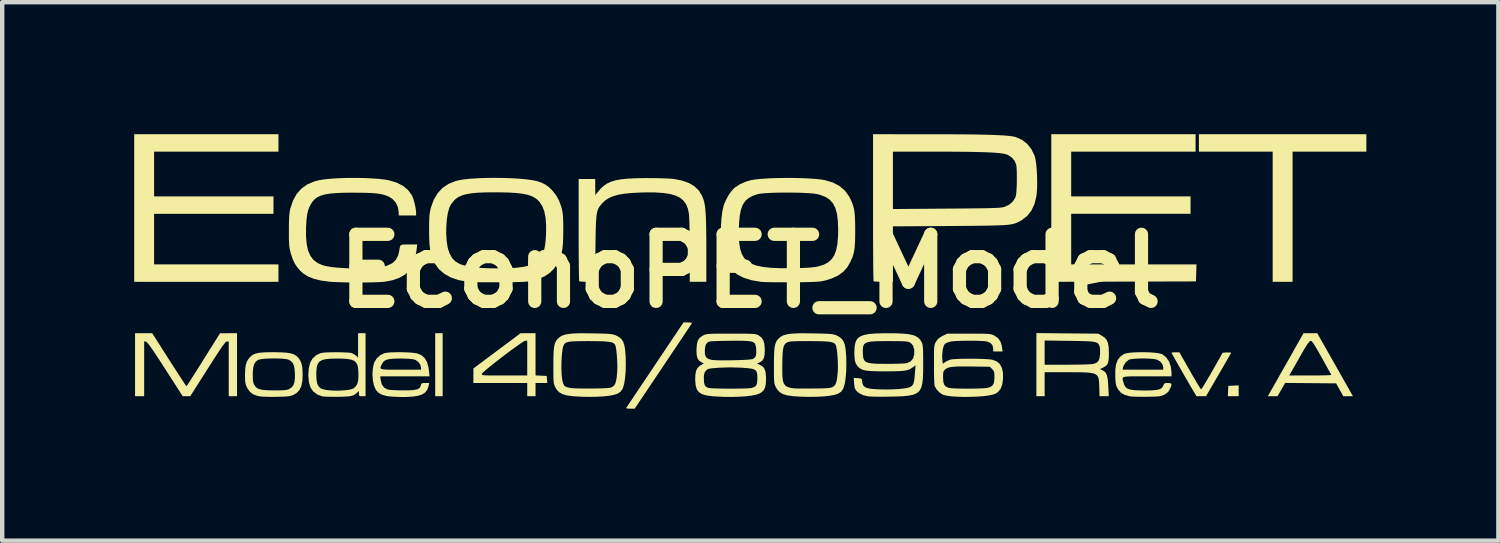
<source format=kicad_pcb>
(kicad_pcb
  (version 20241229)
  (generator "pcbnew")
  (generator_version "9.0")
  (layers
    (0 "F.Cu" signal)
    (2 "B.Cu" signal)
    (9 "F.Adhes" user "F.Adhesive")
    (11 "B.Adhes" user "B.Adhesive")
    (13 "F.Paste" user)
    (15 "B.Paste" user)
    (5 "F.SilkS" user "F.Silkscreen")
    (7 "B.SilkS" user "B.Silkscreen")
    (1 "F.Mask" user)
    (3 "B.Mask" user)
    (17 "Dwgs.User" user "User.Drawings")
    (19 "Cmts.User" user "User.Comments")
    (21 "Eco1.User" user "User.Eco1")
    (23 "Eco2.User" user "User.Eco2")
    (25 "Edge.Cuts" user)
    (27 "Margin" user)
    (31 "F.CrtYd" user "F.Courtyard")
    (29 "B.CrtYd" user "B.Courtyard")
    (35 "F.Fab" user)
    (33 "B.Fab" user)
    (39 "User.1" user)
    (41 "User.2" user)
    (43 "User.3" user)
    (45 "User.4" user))
  (footprint "EconoPET_Model"
    (layer "F.Cu")
    (at 14 3.109)
    (property "Reference" "EconoPET_Model" (at 0 0 0) (layer "F.SilkS") (effects (font (size 1.524 1.524) (thickness 0.3))))
    (attr board_only exclude_from_pos_files)
    (fp_poly (pts (xy -6.991 2.845) (xy -7.16 2.845) (xy -7.16 1.413) (xy -6.991 1.413)) (stroke (width 0) (type solid)) (fill yes) (layer "F.SilkS"))
    (fp_poly (pts (xy 11.098 2.845) (xy 10.852 2.845) (xy 10.863 2.61) (xy 11.098 2.598)) (stroke (width 0) (type solid)) (fill yes) (layer "F.SilkS"))
    (fp_poly (pts (xy 14 -2.713) (xy 12.323 -2.713) (xy 12.323 0.245) (xy 11.871 0.245) (xy 11.871 -2.713) (xy 10.194 -2.713) (xy 10.194 -3.109) (xy 14 -3.109)) (stroke (width 0) (type solid)) (fill yes) (layer "F.SilkS"))
    (fp_poly (pts (xy -10.722 -2.713) (xy -13.548 -2.713) (xy -13.548 -1.696) (xy -10.835 -1.696) (xy -10.835 -1.3) (xy -13.548 -1.3) (xy -13.548 -0.151) (xy -10.722 -0.151) (xy -10.722 0.245) (xy -14 0.245) (xy -14 -3.109) (xy -10.722 -3.109)) (stroke (width 0) (type solid)) (fill yes) (layer "F.SilkS"))
    (fp_poly (pts (xy 10.119 -2.713) (xy 7.292 -2.713) (xy 7.292 -1.696) (xy 10.005 -1.696) (xy 10.005 -1.3) (xy 7.292 -1.3) (xy 7.292 -0.151) (xy 10.139 -0.151) (xy 10.128 0.236) (xy 6.84 0.245) (xy 6.84 -3.109) (xy 10.119 -3.109)) (stroke (width 0) (type solid)) (fill yes) (layer "F.SilkS"))
    (fp_poly (pts (xy -1.359 1.17) (xy -1.333 1.177) (xy -1.331 1.191) (xy -1.332 1.194) (xy -1.345 1.214) (xy -1.377 1.263) (xy -1.427 1.337) (xy -1.491 1.434) (xy -1.57 1.551) (xy -1.66 1.686) (xy -1.76 1.835) (xy -1.868 1.996) (xy -1.982 2.166) (xy -1.987 2.174) (xy -2.627 3.128) (xy -2.728 3.128) (xy -2.787 3.126) (xy -2.814 3.118) (xy -2.815 3.104) (xy -2.802 3.085) (xy -2.77 3.037) (xy -2.721 2.963) (xy -2.656 2.866) (xy -2.578 2.749) (xy -2.488 2.615) (xy -2.388 2.466) (xy -2.28 2.305) (xy -2.166 2.135) (xy -2.16 2.125) (xy -1.518 1.168) (xy -1.418 1.168)) (stroke (width 0) (type solid)) (fill yes) (layer "F.SilkS"))
    (fp_poly (pts (xy -4.88 2.372) (xy -4.753 2.378) (xy -4.626 2.384) (xy -4.62 2.464) (xy -4.614 2.544) (xy -4.88 2.544) (xy -4.88 2.845) (xy -5.069 2.845) (xy -5.069 2.544) (xy -6.293 2.544) (xy -6.293 2.379) (xy -6.292 2.348) (xy -6.102 2.348) (xy -6.097 2.357) (xy -6.082 2.363) (xy -6.053 2.368) (xy -6.006 2.371) (xy -5.936 2.373) (xy -5.841 2.374) (xy -5.715 2.374) (xy -5.588 2.374) (xy -5.069 2.374) (xy -5.069 1.583) (xy -5.111 1.583) (xy -5.138 1.594) (xy -5.189 1.626) (xy -5.26 1.674) (xy -5.347 1.736) (xy -5.445 1.807) (xy -5.55 1.885) (xy -5.657 1.967) (xy -5.762 2.048) (xy -5.86 2.125) (xy -5.947 2.196) (xy -6.019 2.256) (xy -6.071 2.302) (xy -6.099 2.332) (xy -6.102 2.338) (xy -6.102 2.348) (xy -6.292 2.348) (xy -6.292 2.214) (xy -5.22 1.413) (xy -4.88 1.413)) (stroke (width 0) (type solid)) (fill yes) (layer "F.SilkS"))
    (fp_poly (pts (xy 9.751 1.847) (xy 9.989 2.265) (xy 10.054 2.379) (xy 10.114 2.481) (xy 10.165 2.568) (xy 10.206 2.634) (xy 10.233 2.676) (xy 10.243 2.688) (xy 10.257 2.674) (xy 10.286 2.631) (xy 10.328 2.564) (xy 10.38 2.476) (xy 10.441 2.373) (xy 10.497 2.275) (xy 10.735 1.856) (xy 10.834 1.85) (xy 10.887 1.85) (xy 10.92 1.855) (xy 10.926 1.861) (xy 10.915 1.881) (xy 10.888 1.929) (xy 10.846 2.002) (xy 10.793 2.094) (xy 10.73 2.202) (xy 10.661 2.322) (xy 10.638 2.361) (xy 10.356 2.845) (xy 10.14 2.845) (xy 10.075 2.737) (xy 10.034 2.667) (xy 9.982 2.579) (xy 9.925 2.48) (xy 9.863 2.373) (xy 9.801 2.265) (xy 9.741 2.16) (xy 9.686 2.063) (xy 9.639 1.979) (xy 9.602 1.914) (xy 9.579 1.871) (xy 9.572 1.857) (xy 9.589 1.851) (xy 9.632 1.847) (xy 9.662 1.847)) (stroke (width 0) (type solid)) (fill yes) (layer "F.SilkS"))
    (fp_poly (pts (xy -13.207 2.016) (xy -13.12 2.151) (xy -13.04 2.275) (xy -12.969 2.385) (xy -12.908 2.478) (xy -12.861 2.55) (xy -12.828 2.598) (xy -12.814 2.618) (xy -12.813 2.618) (xy -12.801 2.603) (xy -12.772 2.559) (xy -12.727 2.49) (xy -12.669 2.4) (xy -12.6 2.291) (xy -12.522 2.168) (xy -12.438 2.034) (xy -12.427 2.016) (xy -12.05 1.414) (xy -11.664 1.413) (xy -11.664 2.845) (xy -11.852 2.845) (xy -11.852 1.602) (xy -11.894 1.602) (xy -11.909 1.607) (xy -11.928 1.623) (xy -11.954 1.654) (xy -11.99 1.701) (xy -12.036 1.767) (xy -12.095 1.856) (xy -12.169 1.969) (xy -12.259 2.11) (xy -12.332 2.224) (xy -12.727 2.845) (xy -12.812 2.845) (xy -12.898 2.845) (xy -13.295 2.228) (xy -13.402 2.061) (xy -13.492 1.925) (xy -13.565 1.815) (xy -13.622 1.732) (xy -13.667 1.671) (xy -13.7 1.631) (xy -13.722 1.61) (xy -13.733 1.605) (xy -13.774 1.599) (xy -13.774 2.845) (xy -13.981 2.845) (xy -13.981 1.413) (xy -13.591 1.413)) (stroke (width 0) (type solid)) (fill yes) (layer "F.SilkS"))
    (fp_poly (pts (xy 13.29 2.129) (xy 13.695 2.845) (xy 13.476 2.845) (xy 13.312 2.553) (xy 12.155 2.543) (xy 12.068 2.694) (xy 11.981 2.845) (xy 11.76 2.845) (xy 11.945 2.52) (xy 12.012 2.401) (xy 12.027 2.374) (xy 12.246 2.374) (xy 12.729 2.374) (xy 12.858 2.374) (xy 12.975 2.372) (xy 13.072 2.37) (xy 13.146 2.367) (xy 13.191 2.363) (xy 13.203 2.36) (xy 13.193 2.34) (xy 13.166 2.292) (xy 13.126 2.221) (xy 13.076 2.131) (xy 13.019 2.028) (xy 12.983 1.963) (xy 12.913 1.839) (xy 12.858 1.744) (xy 12.817 1.676) (xy 12.785 1.629) (xy 12.762 1.601) (xy 12.744 1.588) (xy 12.73 1.587) (xy 12.71 1.599) (xy 12.681 1.633) (xy 12.641 1.691) (xy 12.588 1.777) (xy 12.521 1.893) (xy 12.515 1.903) (xy 12.457 2.007) (xy 12.401 2.105) (xy 12.352 2.191) (xy 12.314 2.257) (xy 12.293 2.294) (xy 12.246 2.374) (xy 12.027 2.374) (xy 12.092 2.26) (xy 12.178 2.109) (xy 12.263 1.959) (xy 12.342 1.82) (xy 12.35 1.804) (xy 12.572 1.413) (xy 12.884 1.413)) (stroke (width 0) (type solid)) (fill yes) (layer "F.SilkS"))
    (fp_poly (pts (xy 7.203 1.417) (xy 7.905 1.423) (xy 7.988 1.47) (xy 8.053 1.514) (xy 8.098 1.568) (xy 8.128 1.636) (xy 8.144 1.728) (xy 8.149 1.848) (xy 8.149 1.866) (xy 8.147 1.976) (xy 8.138 2.055) (xy 8.119 2.111) (xy 8.087 2.151) (xy 8.039 2.183) (xy 8.017 2.194) (xy 7.947 2.228) (xy 8.007 2.257) (xy 8.052 2.285) (xy 8.084 2.324) (xy 8.107 2.38) (xy 8.123 2.459) (xy 8.132 2.567) (xy 8.135 2.622) (xy 8.146 2.845) (xy 7.936 2.845) (xy 7.93 2.629) (xy 7.927 2.546) (xy 7.921 2.477) (xy 7.91 2.423) (xy 7.888 2.381) (xy 7.854 2.35) (xy 7.802 2.328) (xy 7.73 2.314) (xy 7.634 2.305) (xy 7.511 2.301) (xy 7.357 2.3) (xy 7.193 2.299) (xy 6.689 2.299) (xy 6.689 2.845) (xy 6.501 2.845) (xy 6.501 1.579) (xy 6.689 1.579) (xy 6.689 2.129) (xy 7.212 2.129) (xy 7.354 2.128) (xy 7.487 2.126) (xy 7.603 2.124) (xy 7.698 2.12) (xy 7.767 2.115) (xy 7.803 2.11) (xy 7.868 2.084) (xy 7.911 2.044) (xy 7.936 1.982) (xy 7.948 1.892) (xy 7.949 1.883) (xy 7.949 1.802) (xy 7.943 1.733) (xy 7.934 1.698) (xy 7.92 1.67) (xy 7.904 1.648) (xy 7.879 1.63) (xy 7.843 1.617) (xy 7.792 1.607) (xy 7.721 1.599) (xy 7.626 1.594) (xy 7.504 1.591) (xy 7.351 1.588) (xy 7.25 1.587) (xy 6.689 1.579) (xy 6.501 1.579) (xy 6.501 1.41)) (stroke (width 0) (type solid)) (fill yes) (layer "F.SilkS"))
    (fp_poly (pts (xy -8.743 2.845) (xy -8.818 2.845) (xy -8.867 2.843) (xy -8.888 2.831) (xy -8.894 2.8) (xy -8.894 2.785) (xy -8.894 2.726) (xy -8.936 2.764) (xy -8.974 2.796) (xy -9.012 2.82) (xy -9.056 2.836) (xy -9.113 2.847) (xy -9.191 2.853) (xy -9.295 2.857) (xy -9.374 2.858) (xy -9.482 2.858) (xy -9.58 2.857) (xy -9.66 2.854) (xy -9.716 2.85) (xy -9.732 2.847) (xy -9.846 2.803) (xy -9.933 2.736) (xy -9.994 2.645) (xy -10.03 2.526) (xy -10.043 2.379) (xy -10.043 2.366) (xy -10.041 2.336) (xy -9.863 2.336) (xy -9.858 2.461) (xy -9.842 2.554) (xy -9.811 2.62) (xy -9.766 2.663) (xy -9.754 2.67) (xy -9.692 2.692) (xy -9.604 2.707) (xy -9.5 2.716) (xy -9.387 2.719) (xy -9.274 2.715) (xy -9.17 2.706) (xy -9.083 2.692) (xy -9.023 2.671) (xy -9.012 2.664) (xy -8.963 2.619) (xy -8.931 2.565) (xy -8.912 2.494) (xy -8.905 2.398) (xy -8.905 2.346) (xy -8.909 2.236) (xy -8.923 2.151) (xy -8.951 2.088) (xy -8.997 2.043) (xy -9.065 2.014) (xy -9.16 1.998) (xy -9.285 1.99) (xy -9.384 1.989) (xy -9.531 1.992) (xy -9.645 2.002) (xy -9.73 2.023) (xy -9.789 2.057) (xy -9.829 2.108) (xy -9.851 2.178) (xy -9.861 2.271) (xy -9.863 2.336) (xy -10.041 2.336) (xy -10.033 2.211) (xy -10.002 2.086) (xy -9.949 1.989) (xy -9.872 1.917) (xy -9.771 1.869) (xy -9.755 1.864) (xy -9.708 1.856) (xy -9.634 1.85) (xy -9.54 1.847) (xy -9.436 1.845) (xy -9.329 1.846) (xy -9.229 1.849) (xy -9.143 1.853) (xy -9.08 1.86) (xy -9.054 1.865) (xy -8.998 1.895) (xy -8.955 1.926) (xy -8.913 1.966) (xy -8.913 1.413) (xy -8.743 1.413)) (stroke (width 0) (type solid)) (fill yes) (layer "F.SilkS"))
    (fp_poly (pts (xy -2.2 -2.111) (xy -2.067 -2.109) (xy -1.945 -2.105) (xy -1.842 -2.101) (xy -1.765 -2.095) (xy -1.743 -2.093) (xy -1.555 -2.057) (xy -1.399 -2.002) (xy -1.272 -1.928) (xy -1.173 -1.833) (xy -1.099 -1.715) (xy -1.065 -1.63) (xy -1.049 -1.575) (xy -1.036 -1.511) (xy -1.025 -1.436) (xy -1.017 -1.345) (xy -1.01 -1.235) (xy -1.005 -1.103) (xy -1.002 -0.944) (xy -1 -0.755) (xy -0.999 -0.533) (xy -0.999 -0.485) (xy -0.999 0.245) (xy -1.376 0.245) (xy -1.376 -0.466) (xy -1.376 -0.632) (xy -1.378 -0.792) (xy -1.38 -0.939) (xy -1.383 -1.069) (xy -1.387 -1.177) (xy -1.391 -1.258) (xy -1.395 -1.306) (xy -1.42 -1.422) (xy -1.46 -1.52) (xy -1.519 -1.601) (xy -1.597 -1.666) (xy -1.699 -1.715) (xy -1.826 -1.751) (xy -1.981 -1.774) (xy -2.167 -1.786) (xy -2.385 -1.787) (xy -2.487 -1.784) (xy -2.692 -1.774) (xy -2.864 -1.757) (xy -3.008 -1.732) (xy -3.126 -1.697) (xy -3.225 -1.652) (xy -3.307 -1.596) (xy -3.372 -1.532) (xy -3.404 -1.494) (xy -3.431 -1.458) (xy -3.453 -1.421) (xy -3.47 -1.377) (xy -3.484 -1.323) (xy -3.495 -1.256) (xy -3.502 -1.172) (xy -3.508 -1.067) (xy -3.512 -0.937) (xy -3.515 -0.778) (xy -3.518 -0.587) (xy -3.519 -0.504) (xy -3.527 0.245) (xy -3.701 0.245) (xy -3.779 0.244) (xy -3.842 0.24) (xy -3.88 0.235) (xy -3.888 0.232) (xy -3.89 0.212) (xy -3.892 0.157) (xy -3.894 0.071) (xy -3.896 -0.043) (xy -3.897 -0.182) (xy -3.899 -0.342) (xy -3.9 -0.52) (xy -3.9 -0.713) (xy -3.9 -0.917) (xy -3.9 -0.936) (xy -3.9 -2.092) (xy -3.524 -2.092) (xy -3.523 -1.908) (xy -3.522 -1.724) (xy -3.471 -1.79) (xy -3.404 -1.869) (xy -3.334 -1.934) (xy -3.256 -1.987) (xy -3.167 -2.029) (xy -3.062 -2.061) (xy -2.937 -2.084) (xy -2.788 -2.099) (xy -2.611 -2.108) (xy -2.401 -2.112) (xy -2.336 -2.112)) (stroke (width 0) (type solid)) (fill yes) (layer "F.SilkS"))
    (fp_poly (pts (xy -7.818 1.848) (xy -7.711 1.854) (xy -7.623 1.863) (xy -7.565 1.874) (xy -7.469 1.916) (xy -7.397 1.981) (xy -7.345 2.071) (xy -7.313 2.191) (xy -7.302 2.266) (xy -7.289 2.393) (xy -8.409 2.393) (xy -8.399 2.48) (xy -8.373 2.577) (xy -8.322 2.648) (xy -8.251 2.689) (xy -8.206 2.698) (xy -8.129 2.705) (xy -8.029 2.71) (xy -7.913 2.712) (xy -7.909 2.712) (xy -7.772 2.711) (xy -7.668 2.706) (xy -7.592 2.694) (xy -7.541 2.676) (xy -7.508 2.65) (xy -7.491 2.615) (xy -7.487 2.601) (xy -7.478 2.566) (xy -7.459 2.55) (xy -7.421 2.544) (xy -7.386 2.544) (xy -7.296 2.544) (xy -7.314 2.624) (xy -7.341 2.699) (xy -7.386 2.758) (xy -7.454 2.803) (xy -7.546 2.834) (xy -7.667 2.853) (xy -7.82 2.862) (xy -7.913 2.863) (xy -8.019 2.86) (xy -8.121 2.855) (xy -8.209 2.848) (xy -8.271 2.839) (xy -8.274 2.838) (xy -8.374 2.809) (xy -8.446 2.769) (xy -8.5 2.711) (xy -8.513 2.691) (xy -8.552 2.602) (xy -8.576 2.489) (xy -8.586 2.364) (xy -8.58 2.238) (xy -8.575 2.206) (xy -8.403 2.206) (xy -8.39 2.222) (xy -8.359 2.232) (xy -8.306 2.238) (xy -8.227 2.241) (xy -8.119 2.242) (xy -7.978 2.242) (xy -7.942 2.242) (xy -7.481 2.242) (xy -7.481 2.2) (xy -7.498 2.132) (xy -7.542 2.069) (xy -7.605 2.022) (xy -7.625 2.014) (xy -7.686 2.001) (xy -7.781 1.993) (xy -7.908 1.989) (xy -7.952 1.989) (xy -8.083 1.991) (xy -8.182 1.998) (xy -8.255 2.013) (xy -8.307 2.036) (xy -8.344 2.069) (xy -8.372 2.115) (xy -8.372 2.116) (xy -8.391 2.154) (xy -8.402 2.184) (xy -8.403 2.206) (xy -8.575 2.206) (xy -8.559 2.123) (xy -8.543 2.072) (xy -8.49 1.985) (xy -8.411 1.914) (xy -8.319 1.868) (xy -8.309 1.865) (xy -8.248 1.855) (xy -8.159 1.848) (xy -8.051 1.845) (xy -7.934 1.845)) (stroke (width 0) (type solid)) (fill yes) (layer "F.SilkS"))
    (fp_poly (pts (xy -10.658 1.848) (xy -10.54 1.856) (xy -10.448 1.87) (xy -10.377 1.892) (xy -10.322 1.923) (xy -10.276 1.964) (xy -10.272 1.969) (xy -10.227 2.033) (xy -10.197 2.109) (xy -10.179 2.204) (xy -10.173 2.327) (xy -10.172 2.358) (xy -10.18 2.503) (xy -10.203 2.617) (xy -10.245 2.704) (xy -10.307 2.77) (xy -10.381 2.814) (xy -10.418 2.829) (xy -10.458 2.84) (xy -10.508 2.848) (xy -10.575 2.853) (xy -10.666 2.856) (xy -10.787 2.859) (xy -10.937 2.859) (xy -11.052 2.856) (xy -11.138 2.849) (xy -11.198 2.838) (xy -11.199 2.838) (xy -11.297 2.801) (xy -11.368 2.749) (xy -11.423 2.672) (xy -11.437 2.647) (xy -11.459 2.599) (xy -11.472 2.553) (xy -11.48 2.499) (xy -11.482 2.425) (xy -11.483 2.36) (xy -11.306 2.36) (xy -11.304 2.448) (xy -11.3 2.508) (xy -11.289 2.551) (xy -11.272 2.587) (xy -11.263 2.602) (xy -11.231 2.641) (xy -11.193 2.669) (xy -11.141 2.689) (xy -11.07 2.702) (xy -10.975 2.709) (xy -10.849 2.712) (xy -10.816 2.712) (xy -10.701 2.712) (xy -10.618 2.709) (xy -10.558 2.704) (xy -10.514 2.695) (xy -10.479 2.682) (xy -10.477 2.68) (xy -10.42 2.642) (xy -10.381 2.591) (xy -10.358 2.52) (xy -10.348 2.423) (xy -10.349 2.333) (xy -10.356 2.223) (xy -10.372 2.143) (xy -10.4 2.086) (xy -10.443 2.043) (xy -10.488 2.016) (xy -10.534 2.003) (xy -10.61 1.994) (xy -10.705 1.988) (xy -10.81 1.986) (xy -10.918 1.987) (xy -11.02 1.992) (xy -11.105 2.001) (xy -11.167 2.013) (xy -11.185 2.02) (xy -11.237 2.059) (xy -11.273 2.115) (xy -11.295 2.192) (xy -11.305 2.298) (xy -11.306 2.36) (xy -11.483 2.36) (xy -11.483 2.356) (xy -11.478 2.227) (xy -11.463 2.127) (xy -11.435 2.049) (xy -11.394 1.984) (xy -11.375 1.963) (xy -11.334 1.924) (xy -11.287 1.894) (xy -11.23 1.873) (xy -11.158 1.858) (xy -11.063 1.849) (xy -10.942 1.845) (xy -10.808 1.845)) (stroke (width 0) (type solid)) (fill yes) (layer "F.SilkS"))
    (fp_poly (pts (xy 8.975 1.845) (xy 9.093 1.849) (xy 9.201 1.858) (xy 9.289 1.87) (xy 9.35 1.887) (xy 9.359 1.89) (xy 9.448 1.957) (xy 9.514 2.052) (xy 9.556 2.17) (xy 9.572 2.309) (xy 9.572 2.319) (xy 9.572 2.393) (xy 9.016 2.393) (xy 8.853 2.393) (xy 8.725 2.393) (xy 8.626 2.394) (xy 8.554 2.398) (xy 8.505 2.405) (xy 8.476 2.416) (xy 8.462 2.432) (xy 8.46 2.454) (xy 8.466 2.483) (xy 8.477 2.52) (xy 8.481 2.534) (xy 8.501 2.593) (xy 8.529 2.637) (xy 8.569 2.67) (xy 8.626 2.692) (xy 8.706 2.705) (xy 8.813 2.712) (xy 8.952 2.715) (xy 8.967 2.715) (xy 9.102 2.713) (xy 9.204 2.706) (xy 9.279 2.693) (xy 9.331 2.672) (xy 9.365 2.642) (xy 9.386 2.602) (xy 9.386 2.601) (xy 9.403 2.565) (xy 9.427 2.548) (xy 9.473 2.544) (xy 9.489 2.544) (xy 9.542 2.548) (xy 9.568 2.564) (xy 9.57 2.598) (xy 9.548 2.655) (xy 9.533 2.687) (xy 9.493 2.75) (xy 9.434 2.796) (xy 9.406 2.811) (xy 9.369 2.827) (xy 9.332 2.839) (xy 9.287 2.847) (xy 9.227 2.852) (xy 9.144 2.855) (xy 9.033 2.857) (xy 9.007 2.858) (xy 8.896 2.858) (xy 8.792 2.857) (xy 8.703 2.853) (xy 8.639 2.849) (xy 8.616 2.845) (xy 8.507 2.813) (xy 8.427 2.768) (xy 8.367 2.702) (xy 8.352 2.678) (xy 8.328 2.634) (xy 8.312 2.591) (xy 8.303 2.538) (xy 8.297 2.467) (xy 8.294 2.39) (xy 8.295 2.242) (xy 8.46 2.242) (xy 9.384 2.242) (xy 9.384 2.188) (xy 9.366 2.12) (xy 9.318 2.059) (xy 9.246 2.016) (xy 9.237 2.013) (xy 9.182 2.001) (xy 9.102 1.993) (xy 9.005 1.988) (xy 8.902 1.987) (xy 8.8 1.99) (xy 8.71 1.996) (xy 8.64 2.005) (xy 8.603 2.016) (xy 8.533 2.072) (xy 8.484 2.151) (xy 8.471 2.19) (xy 8.46 2.242) (xy 8.295 2.242) (xy 8.295 2.239) (xy 8.313 2.118) (xy 8.348 2.024) (xy 8.402 1.951) (xy 8.478 1.894) (xy 8.496 1.885) (xy 8.549 1.868) (xy 8.632 1.856) (xy 8.736 1.848) (xy 8.853 1.845)) (stroke (width 0) (type solid)) (fill yes) (layer "F.SilkS"))
    (fp_poly (pts (xy 4.028 -3.108) (xy 4.358 -3.108) (xy 4.652 -3.107) (xy 4.912 -3.105) (xy 5.141 -3.102) (xy 5.339 -3.098) (xy 5.51 -3.093) (xy 5.654 -3.087) (xy 5.774 -3.08) (xy 5.871 -3.071) (xy 5.948 -3.062) (xy 6.007 -3.051) (xy 6.036 -3.043) (xy 6.176 -2.98) (xy 6.295 -2.887) (xy 6.39 -2.766) (xy 6.46 -2.621) (xy 6.466 -2.602) (xy 6.484 -2.523) (xy 6.499 -2.416) (xy 6.51 -2.288) (xy 6.517 -2.15) (xy 6.519 -2.01) (xy 6.517 -1.877) (xy 6.509 -1.76) (xy 6.501 -1.698) (xy 6.459 -1.525) (xy 6.391 -1.378) (xy 6.296 -1.256) (xy 6.173 -1.159) (xy 6.111 -1.124) (xy 6.076 -1.107) (xy 6.042 -1.092) (xy 6.006 -1.079) (xy 5.965 -1.068) (xy 5.916 -1.059) (xy 5.857 -1.051) (xy 5.784 -1.045) (xy 5.695 -1.04) (xy 5.586 -1.036) (xy 5.456 -1.033) (xy 5.301 -1.03) (xy 5.118 -1.028) (xy 4.904 -1.026) (xy 4.657 -1.024) (xy 4.527 -1.023) (xy 3.241 -1.015) (xy 3.241 0.245) (xy 3.027 0.245) (xy 2.941 0.244) (xy 2.869 0.241) (xy 2.82 0.237) (xy 2.801 0.232) (xy 2.799 0.212) (xy 2.798 0.157) (xy 2.796 0.069) (xy 2.794 -0.048) (xy 2.793 -0.192) (xy 2.792 -0.36) (xy 2.791 -0.549) (xy 2.79 -0.757) (xy 2.789 -0.982) (xy 2.789 -1.219) (xy 2.789 -1.445) (xy 2.789 -2.713) (xy 3.241 -2.713) (xy 3.241 -1.409) (xy 4.461 -1.418) (xy 4.71 -1.42) (xy 4.923 -1.422) (xy 5.105 -1.424) (xy 5.258 -1.426) (xy 5.384 -1.428) (xy 5.488 -1.431) (xy 5.57 -1.434) (xy 5.636 -1.437) (xy 5.686 -1.441) (xy 5.725 -1.446) (xy 5.755 -1.452) (xy 5.779 -1.458) (xy 5.78 -1.459) (xy 5.883 -1.508) (xy 5.967 -1.581) (xy 6.023 -1.671) (xy 6.033 -1.7) (xy 6.042 -1.751) (xy 6.049 -1.83) (xy 6.054 -1.929) (xy 6.057 -2.038) (xy 6.057 -2.15) (xy 6.056 -2.254) (xy 6.052 -2.343) (xy 6.045 -2.406) (xy 6.043 -2.416) (xy 6.006 -2.505) (xy 5.939 -2.583) (xy 5.851 -2.64) (xy 5.847 -2.641) (xy 5.806 -2.656) (xy 5.748 -2.668) (xy 5.671 -2.678) (xy 5.573 -2.687) (xy 5.452 -2.695) (xy 5.306 -2.701) (xy 5.133 -2.705) (xy 4.93 -2.709) (xy 4.695 -2.711) (xy 4.426 -2.713) (xy 4.216 -2.713) (xy 3.241 -2.713) (xy 2.789 -2.713) (xy 2.789 -3.109)) (stroke (width 0) (type solid)) (fill yes) (layer "F.SilkS"))
    (fp_poly (pts (xy 1.439 1.417) (xy 1.582 1.42) (xy 1.692 1.423) (xy 1.775 1.427) (xy 1.837 1.432) (xy 1.883 1.439) (xy 1.92 1.448) (xy 1.951 1.459) (xy 1.96 1.463) (xy 2.029 1.501) (xy 2.083 1.546) (xy 2.122 1.605) (xy 2.149 1.681) (xy 2.167 1.782) (xy 2.178 1.913) (xy 2.181 1.978) (xy 2.183 2.145) (xy 2.178 2.302) (xy 2.165 2.444) (xy 2.146 2.562) (xy 2.12 2.652) (xy 2.109 2.679) (xy 2.063 2.743) (xy 1.997 2.787) (xy 1.987 2.791) (xy 1.909 2.815) (xy 1.801 2.835) (xy 1.667 2.849) (xy 1.516 2.857) (xy 1.351 2.86) (xy 1.181 2.857) (xy 1.012 2.847) (xy 0.973 2.844) (xy 0.842 2.826) (xy 0.741 2.796) (xy 0.666 2.751) (xy 0.609 2.688) (xy 0.585 2.647) (xy 0.569 2.615) (xy 0.557 2.585) (xy 0.548 2.551) (xy 0.543 2.507) (xy 0.539 2.448) (xy 0.538 2.367) (xy 0.537 2.28) (xy 0.727 2.28) (xy 0.73 2.395) (xy 0.74 2.484) (xy 0.76 2.553) (xy 0.795 2.602) (xy 0.848 2.636) (xy 0.922 2.657) (xy 1.021 2.668) (xy 1.149 2.671) (xy 1.31 2.671) (xy 1.394 2.67) (xy 1.537 2.668) (xy 1.646 2.666) (xy 1.728 2.663) (xy 1.788 2.658) (xy 1.83 2.651) (xy 1.86 2.642) (xy 1.876 2.634) (xy 1.913 2.607) (xy 1.94 2.566) (xy 1.96 2.505) (xy 1.975 2.419) (xy 1.986 2.303) (xy 1.988 2.28) (xy 1.991 2.189) (xy 1.99 2.085) (xy 1.985 1.976) (xy 1.976 1.872) (xy 1.965 1.782) (xy 1.953 1.713) (xy 1.941 1.677) (xy 1.922 1.652) (xy 1.893 1.633) (xy 1.849 1.617) (xy 1.787 1.606) (xy 1.702 1.599) (xy 1.591 1.595) (xy 1.448 1.593) (xy 1.338 1.592) (xy 1.19 1.593) (xy 1.075 1.594) (xy 0.988 1.597) (xy 0.924 1.601) (xy 0.88 1.608) (xy 0.849 1.616) (xy 0.839 1.621) (xy 0.803 1.644) (xy 0.776 1.676) (xy 0.757 1.723) (xy 0.743 1.788) (xy 0.734 1.877) (xy 0.729 1.995) (xy 0.727 2.139) (xy 0.727 2.28) (xy 0.537 2.28) (xy 0.537 2.259) (xy 0.537 2.158) (xy 0.538 1.999) (xy 0.541 1.872) (xy 0.548 1.772) (xy 0.559 1.695) (xy 0.576 1.636) (xy 0.598 1.589) (xy 0.628 1.55) (xy 0.66 1.519) (xy 0.701 1.487) (xy 0.75 1.462) (xy 0.811 1.443) (xy 0.888 1.429) (xy 0.985 1.42) (xy 1.107 1.415) (xy 1.259 1.415)) (stroke (width 0) (type solid)) (fill yes) (layer "F.SilkS"))
    (fp_poly (pts (xy -3.573 1.417) (xy -3.431 1.42) (xy -3.32 1.423) (xy -3.237 1.427) (xy -3.175 1.432) (xy -3.129 1.439) (xy -3.093 1.448) (xy -3.061 1.459) (xy -3.053 1.463) (xy -2.983 1.501) (xy -2.929 1.546) (xy -2.89 1.605) (xy -2.863 1.681) (xy -2.845 1.782) (xy -2.834 1.913) (xy -2.831 1.978) (xy -2.829 2.145) (xy -2.834 2.302) (xy -2.847 2.444) (xy -2.866 2.562) (xy -2.892 2.652) (xy -2.903 2.679) (xy -2.949 2.743) (xy -3.016 2.787) (xy -3.025 2.791) (xy -3.103 2.815) (xy -3.211 2.835) (xy -3.344 2.849) (xy -3.496 2.857) (xy -3.66 2.86) (xy -3.83 2.857) (xy -3.999 2.847) (xy -4.038 2.844) (xy -4.17 2.826) (xy -4.271 2.796) (xy -4.347 2.752) (xy -4.403 2.69) (xy -4.428 2.648) (xy -4.443 2.615) (xy -4.455 2.585) (xy -4.464 2.551) (xy -4.469 2.506) (xy -4.473 2.447) (xy -4.474 2.365) (xy -4.475 2.256) (xy -4.475 2.209) (xy -4.293 2.209) (xy -4.288 2.345) (xy -4.276 2.459) (xy -4.256 2.545) (xy -4.231 2.599) (xy -4.223 2.608) (xy -4.193 2.628) (xy -4.152 2.644) (xy -4.095 2.656) (xy -4.018 2.664) (xy -3.917 2.668) (xy -3.786 2.67) (xy -3.623 2.67) (xy -3.618 2.67) (xy -3.476 2.668) (xy -3.366 2.666) (xy -3.284 2.662) (xy -3.224 2.658) (xy -3.182 2.651) (xy -3.152 2.642) (xy -3.136 2.634) (xy -3.099 2.606) (xy -3.071 2.564) (xy -3.051 2.502) (xy -3.036 2.415) (xy -3.025 2.296) (xy -3.025 2.289) (xy -3.021 2.202) (xy -3.022 2.1) (xy -3.027 1.993) (xy -3.035 1.889) (xy -3.045 1.796) (xy -3.057 1.723) (xy -3.07 1.679) (xy -3.071 1.678) (xy -3.09 1.653) (xy -3.119 1.633) (xy -3.162 1.618) (xy -3.224 1.607) (xy -3.308 1.599) (xy -3.419 1.595) (xy -3.561 1.593) (xy -3.674 1.592) (xy -3.831 1.593) (xy -3.955 1.595) (xy -4.049 1.599) (xy -4.12 1.607) (xy -4.17 1.62) (xy -4.204 1.638) (xy -4.228 1.663) (xy -4.245 1.695) (xy -4.255 1.724) (xy -4.266 1.772) (xy -4.275 1.847) (xy -4.284 1.94) (xy -4.29 2.041) (xy -4.291 2.054) (xy -4.293 2.209) (xy -4.475 2.209) (xy -4.475 2.158) (xy -4.474 1.998) (xy -4.471 1.872) (xy -4.464 1.772) (xy -4.453 1.695) (xy -4.437 1.636) (xy -4.414 1.589) (xy -4.384 1.55) (xy -4.352 1.519) (xy -4.311 1.487) (xy -4.262 1.462) (xy -4.201 1.443) (xy -4.124 1.429) (xy -4.027 1.42) (xy -3.905 1.415) (xy -3.754 1.415)) (stroke (width 0) (type solid)) (fill yes) (layer "F.SilkS"))
    (fp_poly (pts (xy -8.798 -2.114) (xy -8.617 -2.106) (xy -8.452 -2.095) (xy -8.311 -2.079) (xy -8.212 -2.062) (xy -8.036 -2.009) (xy -7.892 -1.936) (xy -7.778 -1.842) (xy -7.695 -1.728) (xy -7.687 -1.713) (xy -7.657 -1.64) (xy -7.63 -1.544) (xy -7.608 -1.444) (xy -7.595 -1.354) (xy -7.594 -1.324) (xy -7.594 -1.262) (xy -7.989 -1.262) (xy -7.989 -1.324) (xy -8.006 -1.446) (xy -8.054 -1.552) (xy -8.131 -1.638) (xy -8.206 -1.686) (xy -8.271 -1.714) (xy -8.341 -1.736) (xy -8.421 -1.753) (xy -8.518 -1.765) (xy -8.634 -1.774) (xy -8.777 -1.778) (xy -8.95 -1.78) (xy -9.026 -1.781) (xy -9.232 -1.779) (xy -9.405 -1.772) (xy -9.548 -1.76) (xy -9.665 -1.741) (xy -9.759 -1.714) (xy -9.835 -1.679) (xy -9.897 -1.634) (xy -9.947 -1.579) (xy -9.981 -1.528) (xy -10.019 -1.455) (xy -10.048 -1.378) (xy -10.069 -1.29) (xy -10.083 -1.182) (xy -10.092 -1.046) (xy -10.095 -0.999) (xy -10.096 -0.79) (xy -10.081 -0.613) (xy -10.049 -0.466) (xy -9.997 -0.347) (xy -9.927 -0.253) (xy -9.835 -0.183) (xy -9.721 -0.133) (xy -9.657 -0.116) (xy -9.533 -0.093) (xy -9.386 -0.077) (xy -9.222 -0.066) (xy -9.049 -0.06) (xy -8.874 -0.06) (xy -8.703 -0.065) (xy -8.545 -0.075) (xy -8.406 -0.091) (xy -8.294 -0.111) (xy -8.249 -0.124) (xy -8.139 -0.176) (xy -8.057 -0.252) (xy -8.003 -0.353) (xy -7.98 -0.444) (xy -7.969 -0.515) (xy -7.959 -0.561) (xy -7.941 -0.588) (xy -7.909 -0.6) (xy -7.855 -0.603) (xy -7.772 -0.603) (xy -7.761 -0.603) (xy -7.57 -0.603) (xy -7.584 -0.476) (xy -7.615 -0.295) (xy -7.668 -0.144) (xy -7.744 -0.02) (xy -7.846 0.08) (xy -7.976 0.155) (xy -8.135 0.21) (xy -8.309 0.243) (xy -8.38 0.249) (xy -8.482 0.254) (xy -8.607 0.258) (xy -8.749 0.26) (xy -8.9 0.261) (xy -9.054 0.26) (xy -9.204 0.258) (xy -9.341 0.254) (xy -9.461 0.25) (xy -9.554 0.243) (xy -9.562 0.242) (xy -9.754 0.217) (xy -9.914 0.178) (xy -10.046 0.126) (xy -10.156 0.058) (xy -10.229 -0.008) (xy -10.298 -0.089) (xy -10.352 -0.171) (xy -10.396 -0.265) (xy -10.436 -0.383) (xy -10.443 -0.408) (xy -10.458 -0.465) (xy -10.47 -0.518) (xy -10.477 -0.575) (xy -10.482 -0.644) (xy -10.485 -0.732) (xy -10.485 -0.846) (xy -10.485 -0.923) (xy -10.484 -1.068) (xy -10.481 -1.182) (xy -10.476 -1.272) (xy -10.468 -1.344) (xy -10.456 -1.405) (xy -10.453 -1.419) (xy -10.392 -1.6) (xy -10.309 -1.751) (xy -10.201 -1.873) (xy -10.069 -1.967) (xy -9.911 -2.035) (xy -9.8 -2.064) (xy -9.68 -2.083) (xy -9.531 -2.098) (xy -9.361 -2.109) (xy -9.177 -2.115) (xy -8.987 -2.116)) (stroke (width 0) (type solid)) (fill yes) (layer "F.SilkS"))
    (fp_poly (pts (xy 0.969 -2.115) (xy 1.154 -2.111) (xy 1.328 -2.104) (xy 1.484 -2.093) (xy 1.615 -2.079) (xy 1.702 -2.064) (xy 1.879 -2.011) (xy 2.027 -1.932) (xy 2.149 -1.828) (xy 2.244 -1.698) (xy 2.275 -1.638) (xy 2.31 -1.56) (xy 2.336 -1.488) (xy 2.356 -1.415) (xy 2.369 -1.334) (xy 2.377 -1.238) (xy 2.382 -1.12) (xy 2.384 -0.974) (xy 2.384 -0.923) (xy 2.383 -0.767) (xy 2.379 -0.641) (xy 2.372 -0.54) (xy 2.36 -0.455) (xy 2.343 -0.38) (xy 2.319 -0.308) (xy 2.286 -0.233) (xy 2.275 -0.208) (xy 2.203 -0.083) (xy 2.112 0.018) (xy 1.998 0.101) (xy 1.857 0.167) (xy 1.716 0.211) (xy 1.673 0.222) (xy 1.628 0.231) (xy 1.578 0.238) (xy 1.517 0.243) (xy 1.441 0.247) (xy 1.344 0.25) (xy 1.222 0.253) (xy 1.07 0.255) (xy 0.97 0.256) (xy 0.816 0.256) (xy 0.667 0.256) (xy 0.53 0.255) (xy 0.411 0.253) (xy 0.315 0.25) (xy 0.248 0.246) (xy 0.231 0.244) (xy 0.025 0.208) (xy -0.149 0.154) (xy -0.294 0.08) (xy -0.412 -0.016) (xy -0.506 -0.136) (xy -0.578 -0.281) (xy -0.609 -0.373) (xy -0.639 -0.505) (xy -0.658 -0.663) (xy -0.666 -0.804) (xy -0.26 -0.804) (xy -0.252 -0.644) (xy -0.231 -0.507) (xy -0.195 -0.393) (xy -0.143 -0.3) (xy -0.07 -0.225) (xy 0.024 -0.166) (xy 0.143 -0.123) (xy 0.289 -0.093) (xy 0.464 -0.074) (xy 0.67 -0.065) (xy 0.911 -0.064) (xy 0.999 -0.066) (xy 1.167 -0.069) (xy 1.302 -0.075) (xy 1.41 -0.084) (xy 1.494 -0.094) (xy 1.541 -0.104) (xy 1.664 -0.141) (xy 1.764 -0.193) (xy 1.845 -0.263) (xy 1.906 -0.354) (xy 1.95 -0.469) (xy 1.979 -0.611) (xy 1.994 -0.784) (xy 1.997 -0.942) (xy 1.99 -1.137) (xy 1.97 -1.298) (xy 1.933 -1.431) (xy 1.879 -1.537) (xy 1.806 -1.62) (xy 1.711 -1.683) (xy 1.593 -1.729) (xy 1.526 -1.747) (xy 1.452 -1.759) (xy 1.35 -1.768) (xy 1.224 -1.775) (xy 1.082 -1.78) (xy 0.931 -1.782) (xy 0.776 -1.783) (xy 0.624 -1.781) (xy 0.483 -1.777) (xy 0.357 -1.77) (xy 0.255 -1.761) (xy 0.182 -1.75) (xy 0.17 -1.747) (xy 0.053 -1.708) (xy -0.042 -1.656) (xy -0.116 -1.589) (xy -0.173 -1.502) (xy -0.213 -1.392) (xy -0.24 -1.255) (xy -0.255 -1.087) (xy -0.259 -0.989) (xy -0.26 -0.804) (xy -0.666 -0.804) (xy -0.667 -0.837) (xy -0.667 -1.017) (xy -0.656 -1.191) (xy -0.636 -1.351) (xy -0.606 -1.485) (xy -0.603 -1.493) (xy -0.561 -1.599) (xy -0.503 -1.708) (xy -0.437 -1.806) (xy -0.369 -1.881) (xy -0.359 -1.89) (xy -0.243 -1.968) (xy -0.105 -2.03) (xy 0.016 -2.065) (xy 0.122 -2.082) (xy 0.258 -2.095) (xy 0.417 -2.106) (xy 0.593 -2.112) (xy 0.78 -2.115)) (stroke (width 0) (type solid)) (fill yes) (layer "F.SilkS"))
    (fp_poly (pts (xy -5.626 -2.115) (xy -5.458 -2.11) (xy -5.258 -2.099) (xy -5.091 -2.084) (xy -4.952 -2.065) (xy -4.837 -2.04) (xy -4.741 -2.007) (xy -4.658 -1.965) (xy -4.585 -1.913) (xy -4.517 -1.85) (xy -4.508 -1.84) (xy -4.417 -1.728) (xy -4.347 -1.604) (xy -4.294 -1.457) (xy -4.285 -1.423) (xy -4.272 -1.366) (xy -4.262 -1.306) (xy -4.256 -1.234) (xy -4.252 -1.143) (xy -4.25 -1.026) (xy -4.25 -0.923) (xy -4.252 -0.755) (xy -4.258 -0.618) (xy -4.269 -0.504) (xy -4.287 -0.408) (xy -4.312 -0.323) (xy -4.346 -0.242) (xy -4.373 -0.188) (xy -4.455 -0.061) (xy -4.554 0.04) (xy -4.676 0.121) (xy -4.826 0.184) (xy -4.915 0.211) (xy -4.959 0.222) (xy -5.003 0.231) (xy -5.053 0.238) (xy -5.114 0.243) (xy -5.189 0.247) (xy -5.285 0.25) (xy -5.406 0.253) (xy -5.557 0.255) (xy -5.662 0.256) (xy -5.817 0.256) (xy -5.967 0.256) (xy -6.106 0.255) (xy -6.228 0.253) (xy -6.326 0.25) (xy -6.396 0.246) (xy -6.413 0.244) (xy -6.621 0.208) (xy -6.801 0.148) (xy -6.952 0.065) (xy -7.074 -0.04) (xy -7.166 -0.167) (xy -7.189 -0.213) (xy -7.227 -0.303) (xy -7.255 -0.392) (xy -7.276 -0.487) (xy -7.289 -0.595) (xy -7.296 -0.724) (xy -7.298 -0.846) (xy -6.91 -0.846) (xy -6.9 -0.686) (xy -6.878 -0.542) (xy -6.868 -0.499) (xy -6.827 -0.383) (xy -6.771 -0.288) (xy -6.695 -0.214) (xy -6.596 -0.157) (xy -6.47 -0.116) (xy -6.313 -0.088) (xy -6.213 -0.077) (xy -6.073 -0.068) (xy -5.913 -0.062) (xy -5.743 -0.06) (xy -5.576 -0.062) (xy -5.423 -0.067) (xy -5.304 -0.076) (xy -5.154 -0.095) (xy -5.034 -0.122) (xy -4.939 -0.158) (xy -4.861 -0.206) (xy -4.843 -0.221) (xy -4.779 -0.285) (xy -4.73 -0.36) (xy -4.693 -0.45) (xy -4.667 -0.562) (xy -4.65 -0.702) (xy -4.642 -0.829) (xy -4.639 -1.036) (xy -4.652 -1.211) (xy -4.681 -1.357) (xy -4.728 -1.477) (xy -4.792 -1.574) (xy -4.839 -1.622) (xy -4.901 -1.667) (xy -4.976 -1.705) (xy -5.067 -1.734) (xy -5.179 -1.757) (xy -5.315 -1.773) (xy -5.478 -1.783) (xy -5.673 -1.788) (xy -5.822 -1.789) (xy -6.025 -1.787) (xy -6.195 -1.78) (xy -6.336 -1.766) (xy -6.451 -1.747) (xy -6.546 -1.72) (xy -6.625 -1.685) (xy -6.691 -1.641) (xy -6.72 -1.616) (xy -6.8 -1.518) (xy -6.839 -1.44) (xy -6.873 -1.32) (xy -6.896 -1.174) (xy -6.908 -1.012) (xy -6.91 -0.846) (xy -7.298 -0.846) (xy -7.299 -0.882) (xy -7.299 -0.933) (xy -7.298 -1.065) (xy -7.296 -1.168) (xy -7.292 -1.248) (xy -7.285 -1.314) (xy -7.274 -1.372) (xy -7.26 -1.431) (xy -7.258 -1.44) (xy -7.193 -1.619) (xy -7.105 -1.768) (xy -6.994 -1.888) (xy -6.858 -1.98) (xy -6.697 -2.045) (xy -6.623 -2.063) (xy -6.512 -2.082) (xy -6.37 -2.097) (xy -6.203 -2.108) (xy -6.019 -2.115) (xy -5.825 -2.117)) (stroke (width 0) (type solid)) (fill yes) (layer "F.SilkS"))
    (fp_poly (pts (xy 5.114 1.423) (xy 5.23 1.423) (xy 5.319 1.425) (xy 5.386 1.428) (xy 5.435 1.432) (xy 5.472 1.438) (xy 5.501 1.447) (xy 5.529 1.459) (xy 5.544 1.466) (xy 5.628 1.523) (xy 5.684 1.6) (xy 5.716 1.702) (xy 5.72 1.729) (xy 5.733 1.828) (xy 5.521 1.828) (xy 5.521 1.764) (xy 5.505 1.689) (xy 5.457 1.634) (xy 5.38 1.601) (xy 5.38 1.601) (xy 5.328 1.594) (xy 5.246 1.589) (xy 5.144 1.585) (xy 5.029 1.584) (xy 4.909 1.584) (xy 4.793 1.586) (xy 4.69 1.59) (xy 4.606 1.596) (xy 4.558 1.602) (xy 4.493 1.62) (xy 4.44 1.644) (xy 4.42 1.658) (xy 4.396 1.7) (xy 4.377 1.769) (xy 4.365 1.854) (xy 4.36 1.943) (xy 4.365 2.027) (xy 4.365 2.03) (xy 4.376 2.11) (xy 4.423 2.072) (xy 4.473 2.043) (xy 4.536 2.017) (xy 4.548 2.013) (xy 4.597 2.005) (xy 4.676 2) (xy 4.778 1.995) (xy 4.895 1.993) (xy 5.02 1.993) (xy 5.146 1.994) (xy 5.265 1.997) (xy 5.369 2.002) (xy 5.452 2.009) (xy 5.504 2.017) (xy 5.601 2.054) (xy 5.672 2.115) (xy 5.718 2.202) (xy 5.742 2.315) (xy 5.743 2.45) (xy 5.726 2.578) (xy 5.689 2.676) (xy 5.63 2.748) (xy 5.566 2.79) (xy 5.499 2.812) (xy 5.401 2.83) (xy 5.278 2.845) (xy 5.138 2.855) (xy 4.987 2.86) (xy 4.831 2.861) (xy 4.678 2.855) (xy 4.551 2.846) (xy 4.474 2.835) (xy 4.404 2.819) (xy 4.36 2.802) (xy 4.293 2.754) (xy 4.233 2.689) (xy 4.193 2.62) (xy 4.188 2.604) (xy 4.184 2.571) (xy 4.18 2.506) (xy 4.177 2.419) (xy 4.381 2.419) (xy 4.386 2.515) (xy 4.405 2.58) (xy 4.442 2.624) (xy 4.501 2.651) (xy 4.525 2.657) (xy 4.573 2.663) (xy 4.651 2.668) (xy 4.751 2.671) (xy 4.865 2.673) (xy 4.985 2.673) (xy 5.103 2.672) (xy 5.212 2.669) (xy 5.303 2.664) (xy 5.369 2.658) (xy 5.389 2.655) (xy 5.46 2.633) (xy 5.508 2.597) (xy 5.535 2.543) (xy 5.546 2.462) (xy 5.548 2.409) (xy 5.546 2.337) (xy 5.539 2.291) (xy 5.523 2.258) (xy 5.496 2.228) (xy 5.445 2.176) (xy 5.065 2.17) (xy 4.899 2.168) (xy 4.767 2.168) (xy 4.663 2.172) (xy 4.584 2.178) (xy 4.524 2.189) (xy 4.479 2.203) (xy 4.445 2.223) (xy 4.432 2.233) (xy 4.406 2.258) (xy 4.39 2.286) (xy 4.383 2.327) (xy 4.381 2.391) (xy 4.381 2.419) (xy 4.177 2.419) (xy 4.177 2.416) (xy 4.175 2.307) (xy 4.174 2.184) (xy 4.174 2.12) (xy 4.174 1.981) (xy 4.174 1.874) (xy 4.176 1.795) (xy 4.179 1.736) (xy 4.185 1.694) (xy 4.193 1.663) (xy 4.203 1.636) (xy 4.218 1.61) (xy 4.22 1.606) (xy 4.265 1.545) (xy 4.326 1.498) (xy 4.371 1.474) (xy 4.475 1.423) (xy 4.965 1.423)) (stroke (width 0) (type solid)) (fill yes) (layer "F.SilkS"))
    (fp_poly (pts (xy 3.314 1.415) (xy 3.466 1.422) (xy 3.589 1.434) (xy 3.685 1.453) (xy 3.76 1.48) (xy 3.817 1.516) (xy 3.861 1.561) (xy 3.893 1.614) (xy 3.905 1.641) (xy 3.914 1.672) (xy 3.92 1.713) (xy 3.924 1.768) (xy 3.927 1.844) (xy 3.928 1.945) (xy 3.929 2.078) (xy 3.929 2.11) (xy 3.928 2.293) (xy 3.922 2.442) (xy 3.908 2.561) (xy 3.883 2.654) (xy 3.843 2.725) (xy 3.785 2.775) (xy 3.705 2.81) (xy 3.599 2.832) (xy 3.465 2.845) (xy 3.3 2.852) (xy 3.175 2.854) (xy 3.049 2.856) (xy 2.929 2.856) (xy 2.823 2.855) (xy 2.738 2.852) (xy 2.682 2.848) (xy 2.676 2.847) (xy 2.559 2.82) (xy 2.468 2.773) (xy 2.413 2.724) (xy 2.385 2.686) (xy 2.369 2.638) (xy 2.36 2.566) (xy 2.359 2.551) (xy 2.351 2.428) (xy 2.443 2.434) (xy 2.498 2.44) (xy 2.526 2.451) (xy 2.537 2.474) (xy 2.54 2.497) (xy 2.55 2.558) (xy 2.57 2.604) (xy 2.605 2.637) (xy 2.659 2.66) (xy 2.738 2.676) (xy 2.846 2.685) (xy 2.949 2.69) (xy 3.095 2.692) (xy 3.237 2.689) (xy 3.368 2.682) (xy 3.482 2.67) (xy 3.572 2.655) (xy 3.634 2.636) (xy 3.648 2.629) (xy 3.679 2.604) (xy 3.701 2.572) (xy 3.717 2.525) (xy 3.729 2.457) (xy 3.738 2.361) (xy 3.741 2.328) (xy 3.755 2.142) (xy 3.691 2.19) (xy 3.649 2.218) (xy 3.605 2.24) (xy 3.551 2.256) (xy 3.483 2.267) (xy 3.396 2.274) (xy 3.283 2.278) (xy 3.14 2.279) (xy 3.081 2.279) (xy 2.924 2.279) (xy 2.8 2.276) (xy 2.703 2.27) (xy 2.629 2.262) (xy 2.573 2.25) (xy 2.529 2.233) (xy 2.494 2.212) (xy 2.489 2.209) (xy 2.435 2.16) (xy 2.398 2.103) (xy 2.376 2.03) (xy 2.366 1.932) (xy 2.365 1.856) (xy 2.365 1.833) (xy 2.557 1.833) (xy 2.558 1.86) (xy 2.561 1.932) (xy 2.571 1.988) (xy 2.59 2.031) (xy 2.624 2.063) (xy 2.676 2.085) (xy 2.751 2.098) (xy 2.852 2.106) (xy 2.983 2.109) (xy 3.109 2.11) (xy 3.231 2.109) (xy 3.343 2.106) (xy 3.44 2.103) (xy 3.514 2.098) (xy 3.559 2.092) (xy 3.563 2.091) (xy 3.645 2.052) (xy 3.698 1.988) (xy 3.725 1.898) (xy 3.726 1.887) (xy 3.725 1.78) (xy 3.698 1.695) (xy 3.647 1.635) (xy 3.63 1.625) (xy 3.607 1.614) (xy 3.576 1.606) (xy 3.533 1.6) (xy 3.474 1.596) (xy 3.392 1.594) (xy 3.283 1.593) (xy 3.141 1.592) (xy 3.137 1.592) (xy 2.974 1.593) (xy 2.844 1.596) (xy 2.744 1.603) (xy 2.67 1.616) (xy 2.618 1.637) (xy 2.585 1.667) (xy 2.566 1.709) (xy 2.558 1.764) (xy 2.557 1.833) (xy 2.365 1.833) (xy 2.368 1.746) (xy 2.381 1.655) (xy 2.405 1.582) (xy 2.445 1.525) (xy 2.505 1.483) (xy 2.586 1.452) (xy 2.692 1.432) (xy 2.828 1.42) (xy 2.995 1.415) (xy 3.129 1.414)) (stroke (width 0) (type solid)) (fill yes) (layer "F.SilkS"))
    (fp_poly (pts (xy -0.273 1.423) (xy -0.146 1.423) (xy -0.048 1.425) (xy 0.026 1.427) (xy 0.08 1.43) (xy 0.12 1.436) (xy 0.148 1.442) (xy 0.17 1.452) (xy 0.188 1.461) (xy 0.252 1.51) (xy 0.295 1.572) (xy 0.32 1.653) (xy 0.329 1.762) (xy 0.33 1.791) (xy 0.325 1.9) (xy 0.308 1.978) (xy 0.276 2.033) (xy 0.226 2.07) (xy 0.206 2.08) (xy 0.151 2.103) (xy 0.224 2.136) (xy 0.283 2.171) (xy 0.322 2.222) (xy 0.346 2.294) (xy 0.357 2.393) (xy 0.358 2.452) (xy 0.353 2.566) (xy 0.335 2.65) (xy 0.302 2.713) (xy 0.249 2.76) (xy 0.205 2.785) (xy 0.13 2.811) (xy 0.023 2.832) (xy -0.11 2.847) (xy -0.264 2.857) (xy -0.433 2.861) (xy -0.611 2.859) (xy -0.794 2.85) (xy -0.859 2.845) (xy -0.993 2.828) (xy -1.094 2.799) (xy -1.167 2.754) (xy -1.214 2.691) (xy -1.241 2.604) (xy -1.251 2.489) (xy -1.252 2.468) (xy -1.251 2.447) (xy -1.055 2.447) (xy -1.051 2.535) (xy -1.035 2.594) (xy -1.005 2.631) (xy -0.955 2.655) (xy -0.952 2.656) (xy -0.913 2.661) (xy -0.844 2.666) (xy -0.751 2.669) (xy -0.641 2.672) (xy -0.521 2.673) (xy -0.397 2.673) (xy -0.277 2.672) (xy -0.167 2.67) (xy -0.075 2.667) (xy -0.007 2.662) (xy 0.026 2.658) (xy 0.089 2.638) (xy 0.128 2.61) (xy 0.15 2.565) (xy 0.159 2.495) (xy 0.16 2.44) (xy 0.159 2.363) (xy 0.15 2.306) (xy 0.13 2.266) (xy 0.093 2.238) (xy 0.035 2.22) (xy -0.05 2.208) (xy -0.168 2.199) (xy -0.19 2.197) (xy -0.451 2.189) (xy -0.708 2.197) (xy -0.711 2.197) (xy -0.813 2.205) (xy -0.886 2.212) (xy -0.934 2.22) (xy -0.966 2.23) (xy -0.989 2.245) (xy -1.008 2.265) (xy -1.01 2.268) (xy -1.036 2.303) (xy -1.049 2.345) (xy -1.055 2.404) (xy -1.055 2.447) (xy -1.251 2.447) (xy -1.248 2.355) (xy -1.233 2.271) (xy -1.204 2.209) (xy -1.158 2.162) (xy -1.127 2.141) (xy -1.053 2.097) (xy -1.109 2.074) (xy -1.163 2.039) (xy -1.199 1.985) (xy -1.219 1.907) (xy -1.223 1.8) (xy -1.223 1.795) (xy -1.033 1.795) (xy -1.031 1.887) (xy -1.01 1.951) (xy -0.965 1.992) (xy -0.893 2.016) (xy -0.884 2.018) (xy -0.828 2.024) (xy -0.746 2.028) (xy -0.644 2.03) (xy -0.529 2.03) (xy -0.408 2.028) (xy -0.288 2.025) (xy -0.175 2.021) (xy -0.077 2.016) (xy 0.000128 2.009) (xy 0.05 2.001) (xy 0.061 1.998) (xy 0.102 1.967) (xy 0.125 1.934) (xy 0.135 1.874) (xy 0.136 1.8) (xy 0.129 1.725) (xy 0.114 1.666) (xy 0.106 1.649) (xy 0.087 1.629) (xy 0.06 1.613) (xy 0.019 1.6) (xy -0.039 1.592) (xy -0.119 1.587) (xy -0.224 1.584) (xy -0.359 1.584) (xy -0.527 1.586) (xy -0.532 1.586) (xy -0.666 1.588) (xy -0.768 1.591) (xy -0.843 1.594) (xy -0.896 1.598) (xy -0.931 1.604) (xy -0.955 1.612) (xy -0.972 1.624) (xy -0.983 1.634) (xy -1.01 1.671) (xy -1.025 1.723) (xy -1.033 1.795) (xy -1.223 1.795) (xy -1.222 1.767) (xy -1.213 1.662) (xy -1.194 1.585) (xy -1.159 1.528) (xy -1.105 1.484) (xy -1.063 1.46) (xy -1.04 1.449) (xy -1.014 1.441) (xy -0.981 1.434) (xy -0.936 1.43) (xy -0.876 1.426) (xy -0.794 1.424) (xy -0.687 1.423) (xy -0.551 1.423) (xy -0.433 1.423)) (stroke (width 0) (type solid)) (fill yes) (layer "F.SilkS")))
  (gr_rect
    (start -3 -3)
    (end 31 9.237)
    (stroke (width 0.1) (type default))
    (fill no)
    (layer "Edge.Cuts")))
</source>
